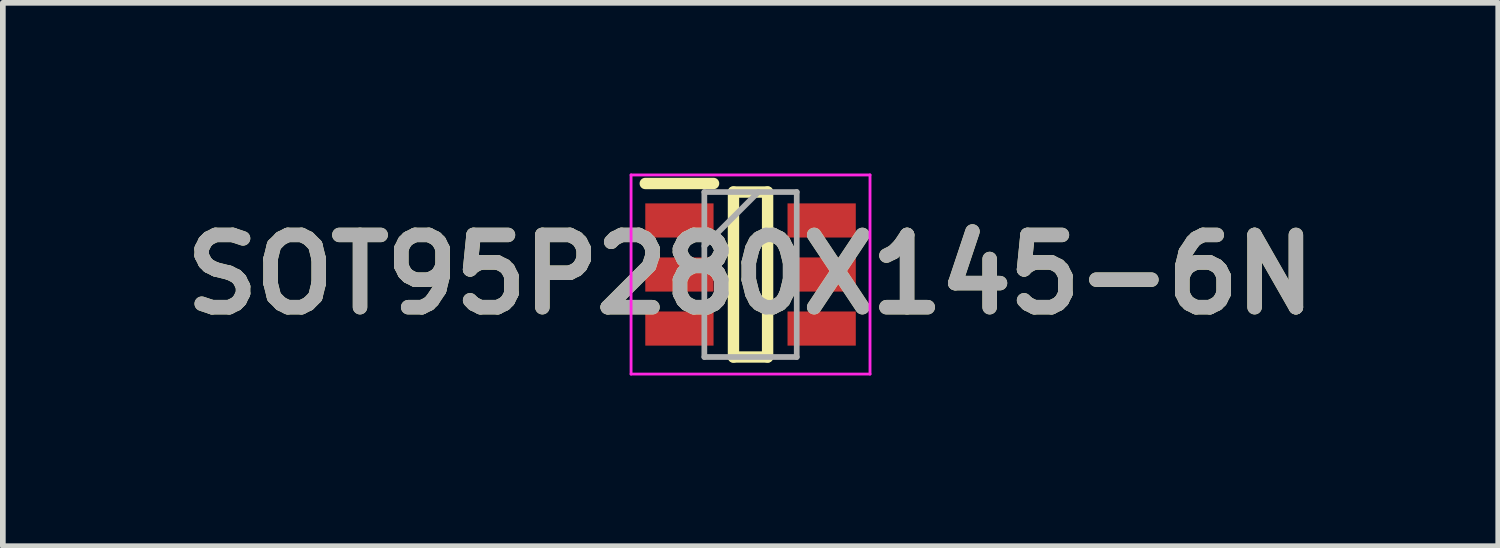
<source format=kicad_pcb>
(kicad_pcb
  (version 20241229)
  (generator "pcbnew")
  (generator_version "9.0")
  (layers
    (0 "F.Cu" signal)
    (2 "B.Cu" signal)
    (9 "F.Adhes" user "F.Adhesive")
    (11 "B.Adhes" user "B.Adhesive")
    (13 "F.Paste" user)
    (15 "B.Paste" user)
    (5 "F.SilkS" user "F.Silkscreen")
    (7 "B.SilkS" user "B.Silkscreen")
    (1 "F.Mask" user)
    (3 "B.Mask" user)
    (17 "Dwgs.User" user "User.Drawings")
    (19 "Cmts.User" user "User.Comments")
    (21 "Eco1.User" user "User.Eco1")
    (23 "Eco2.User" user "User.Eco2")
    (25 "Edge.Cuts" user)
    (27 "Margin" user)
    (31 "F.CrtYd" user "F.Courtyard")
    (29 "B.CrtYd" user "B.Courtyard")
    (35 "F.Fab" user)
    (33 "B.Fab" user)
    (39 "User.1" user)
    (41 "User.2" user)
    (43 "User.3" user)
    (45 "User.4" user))
  (footprint "SOT95P280X145-6N"
    (layer "F.Cu")
    (at 10.142 1.775)
    (property "Reference" "SOT95P280X145-6N" (at 0 0 0) (layer "F.SilkS") (effects (font (size 1.27 1.27) (thickness 0.254))))
    (attr smd)
    (fp_line (start -1.85 -1.6) (end -0.65 -1.6) (stroke (width 0.2) (type solid)) (layer "F.SilkS"))
    (fp_line (start -0.3 -1.45) (end 0.3 -1.45) (stroke (width 0.2) (type solid)) (layer "F.SilkS"))
    (fp_line (start -0.3 1.45) (end -0.3 -1.45) (stroke (width 0.2) (type solid)) (layer "F.SilkS"))
    (fp_line (start 0.3 -1.45) (end 0.3 1.45) (stroke (width 0.2) (type solid)) (layer "F.SilkS"))
    (fp_line (start 0.3 1.45) (end -0.3 1.45) (stroke (width 0.2) (type solid)) (layer "F.SilkS"))
    (fp_line (start -2.1 -1.75) (end 2.1 -1.75) (stroke (width 0.05) (type solid)) (layer "F.CrtYd"))
    (fp_line (start -2.1 1.75) (end -2.1 -1.75) (stroke (width 0.05) (type solid)) (layer "F.CrtYd"))
    (fp_line (start 2.1 -1.75) (end 2.1 1.75) (stroke (width 0.05) (type solid)) (layer "F.CrtYd"))
    (fp_line (start 2.1 1.75) (end -2.1 1.75) (stroke (width 0.05) (type solid)) (layer "F.CrtYd"))
    (fp_line (start -0.812 -1.45) (end 0.812 -1.45) (stroke (width 0.1) (type solid)) (layer "F.Fab"))
    (fp_line (start -0.812 -0.5) (end 0.138 -1.45) (stroke (width 0.1) (type solid)) (layer "F.Fab"))
    (fp_line (start -0.812 1.45) (end -0.812 -1.45) (stroke (width 0.1) (type solid)) (layer "F.Fab"))
    (fp_line (start 0.812 -1.45) (end 0.812 1.45) (stroke (width 0.1) (type solid)) (layer "F.Fab"))
    (fp_line (start 0.812 1.45) (end -0.812 1.45) (stroke (width 0.1) (type solid)) (layer "F.Fab"))
    (fp_text user "${REFERENCE}" (at 0 0 0) (layer "F.Fab") (effects (font (size 1.27 1.27) (thickness 0.254))))
    (pad "1" smd rect (at -1.25 -0.95 90) (size 0.6 1.2) (layers "F.Cu" "F.Mask" "F.Paste"))
    (pad "2" smd rect (at -1.25 0 90) (size 0.6 1.2) (layers "F.Cu" "F.Mask" "F.Paste"))
    (pad "3" smd rect (at -1.25 0.95 90) (size 0.6 1.2) (layers "F.Cu" "F.Mask" "F.Paste"))
    (pad "4" smd rect (at 1.25 0.95 90) (size 0.6 1.2) (layers "F.Cu" "F.Mask" "F.Paste"))
    (pad "5" smd rect (at 1.25 0 90) (size 0.6 1.2) (layers "F.Cu" "F.Mask" "F.Paste"))
    (pad "6" smd rect (at 1.25 -0.95 90) (size 0.6 1.2) (layers "F.Cu" "F.Mask" "F.Paste")))
  (gr_rect
    (start -3 -3)
    (end 23.284 6.55)
    (stroke (width 0.1) (type default))
    (fill no)
    (layer "Edge.Cuts")))
</source>
